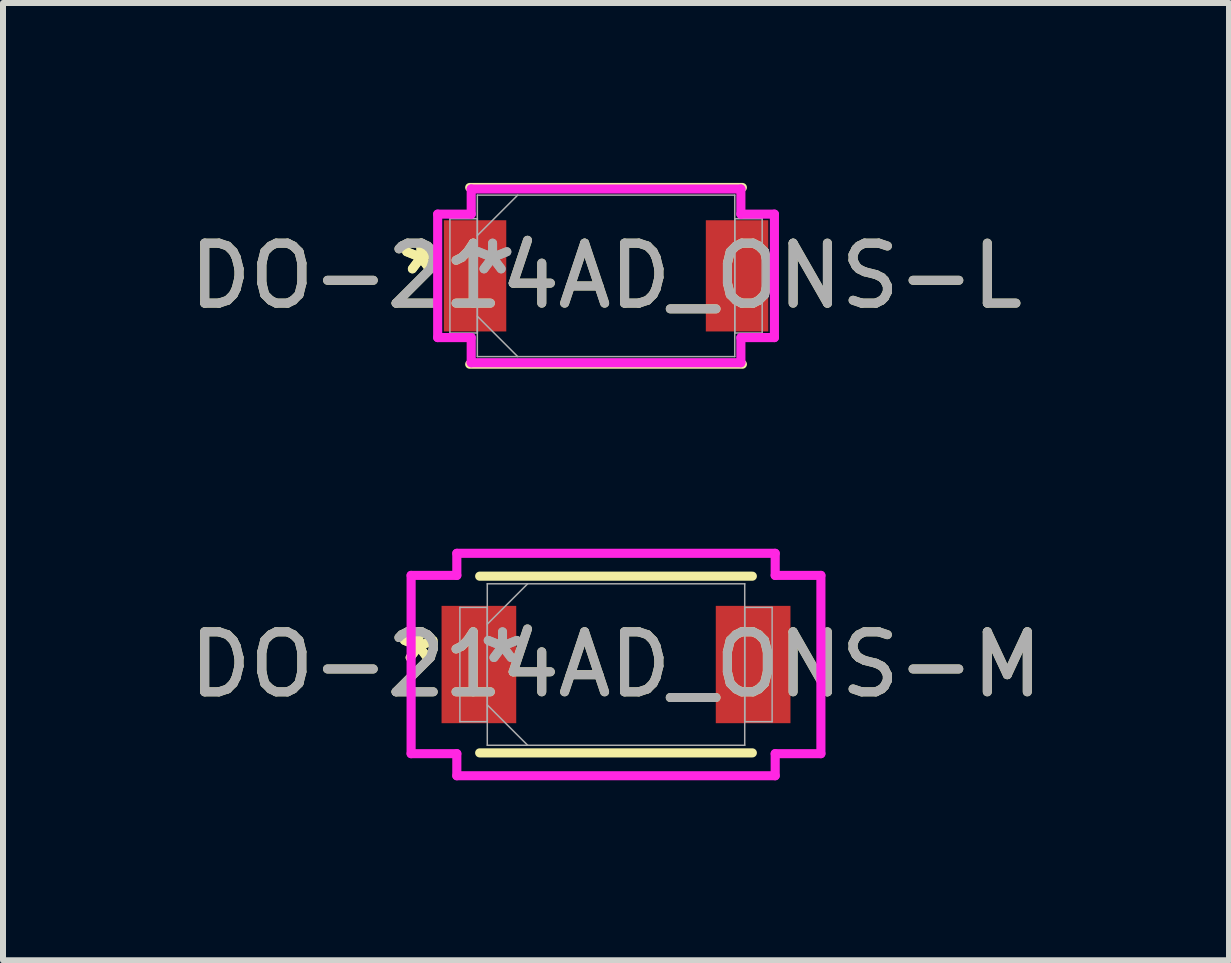
<source format=kicad_pcb>
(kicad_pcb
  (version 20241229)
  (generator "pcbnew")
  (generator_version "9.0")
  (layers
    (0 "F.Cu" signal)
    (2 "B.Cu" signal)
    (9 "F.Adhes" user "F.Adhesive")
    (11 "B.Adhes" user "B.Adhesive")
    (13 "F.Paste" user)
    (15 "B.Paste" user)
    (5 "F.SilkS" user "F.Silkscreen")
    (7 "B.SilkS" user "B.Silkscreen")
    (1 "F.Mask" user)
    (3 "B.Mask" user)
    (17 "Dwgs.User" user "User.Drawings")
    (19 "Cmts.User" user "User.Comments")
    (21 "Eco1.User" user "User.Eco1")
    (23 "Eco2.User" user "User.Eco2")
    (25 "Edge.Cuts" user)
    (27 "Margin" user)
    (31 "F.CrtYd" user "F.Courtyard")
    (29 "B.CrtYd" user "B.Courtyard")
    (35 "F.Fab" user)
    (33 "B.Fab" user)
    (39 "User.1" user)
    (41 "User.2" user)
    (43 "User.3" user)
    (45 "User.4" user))
  (footprint "DO-214AD_ONS-M"
    (layer "F.Cu")
    (at 7.22 8.029)
    (property "Reference" "DO-214AD_ONS-M" (at 0 0 0) (unlocked yes) (layer "F.SilkS") (effects (font (size 1 1) (thickness 0.15))))
    (attr smd)
    (fp_line (start -2.273 1.473) (end 2.273 1.473) (stroke (width 0.152) (type solid)) (layer "F.SilkS"))
    (fp_line (start 2.273 -1.473) (end -2.273 -1.473) (stroke (width 0.152) (type solid)) (layer "F.SilkS"))
    (fp_line (start -3.416 -1.486) (end -2.654 -1.486) (stroke (width 0.152) (type solid)) (layer "F.CrtYd"))
    (fp_line (start -3.416 1.486) (end -3.416 -1.486) (stroke (width 0.152) (type solid)) (layer "F.CrtYd"))
    (fp_line (start -2.654 -1.854) (end 2.654 -1.854) (stroke (width 0.152) (type solid)) (layer "F.CrtYd"))
    (fp_line (start -2.654 -1.486) (end -2.654 -1.854) (stroke (width 0.152) (type solid)) (layer "F.CrtYd"))
    (fp_line (start -2.654 1.486) (end -3.416 1.486) (stroke (width 0.152) (type solid)) (layer "F.CrtYd"))
    (fp_line (start -2.654 1.854) (end -2.654 1.486) (stroke (width 0.152) (type solid)) (layer "F.CrtYd"))
    (fp_line (start 2.654 -1.854) (end 2.654 -1.486) (stroke (width 0.152) (type solid)) (layer "F.CrtYd"))
    (fp_line (start 2.654 -1.486) (end 3.416 -1.486) (stroke (width 0.152) (type solid)) (layer "F.CrtYd"))
    (fp_line (start 2.654 1.486) (end 2.654 1.854) (stroke (width 0.152) (type solid)) (layer "F.CrtYd"))
    (fp_line (start 2.654 1.854) (end -2.654 1.854) (stroke (width 0.152) (type solid)) (layer "F.CrtYd"))
    (fp_line (start 3.416 -1.486) (end 3.416 1.486) (stroke (width 0.152) (type solid)) (layer "F.CrtYd"))
    (fp_line (start 3.416 1.486) (end 2.654 1.486) (stroke (width 0.152) (type solid)) (layer "F.CrtYd"))
    (fp_line (start -2.603 -0.953) (end -2.603 0.953) (stroke (width 0.025) (type solid)) (layer "F.Fab"))
    (fp_line (start -2.603 0.953) (end -2.146 0.953) (stroke (width 0.025) (type solid)) (layer "F.Fab"))
    (fp_line (start -2.146 -1.346) (end -2.146 1.346) (stroke (width 0.025) (type solid)) (layer "F.Fab"))
    (fp_line (start -2.146 -0.953) (end -2.603 -0.953) (stroke (width 0.025) (type solid)) (layer "F.Fab"))
    (fp_line (start -2.146 -0.673) (end -1.473 -1.346) (stroke (width 0.025) (type solid)) (layer "F.Fab"))
    (fp_line (start -2.146 0.673) (end -1.473 1.346) (stroke (width 0.025) (type solid)) (layer "F.Fab"))
    (fp_line (start -2.146 0.953) (end -2.146 -0.953) (stroke (width 0.025) (type solid)) (layer "F.Fab"))
    (fp_line (start -2.146 1.346) (end 2.146 1.346) (stroke (width 0.025) (type solid)) (layer "F.Fab"))
    (fp_line (start 2.146 -1.346) (end -2.146 -1.346) (stroke (width 0.025) (type solid)) (layer "F.Fab"))
    (fp_line (start 2.146 -0.953) (end 2.146 0.953) (stroke (width 0.025) (type solid)) (layer "F.Fab"))
    (fp_line (start 2.146 0.953) (end 2.603 0.953) (stroke (width 0.025) (type solid)) (layer "F.Fab"))
    (fp_line (start 2.146 1.346) (end 2.146 -1.346) (stroke (width 0.025) (type solid)) (layer "F.Fab"))
    (fp_line (start 2.603 -0.953) (end 2.146 -0.953) (stroke (width 0.025) (type solid)) (layer "F.Fab"))
    (fp_line (start 2.603 0.953) (end 2.603 -0.953) (stroke (width 0.025) (type solid)) (layer "F.Fab"))
    (fp_text user "*" (at -3.289 0 0) (layer "F.SilkS") (effects (font (size 1 1) (thickness 0.15))))
    (fp_text user "*" (at -3.289 0 0) (unlocked yes) (layer "F.SilkS") (effects (font (size 1 1) (thickness 0.15))))
    (fp_text user "${REFERENCE}" (at 0 0 0) (unlocked yes) (layer "F.Fab") (effects (font (size 1 1) (thickness 0.15))))
    (fp_text user "*" (at -1.892 0 0) (layer "F.Fab") (effects (font (size 1 1) (thickness 0.15))))
    (fp_text user "*" (at -1.892 0 0) (unlocked yes) (layer "F.Fab") (effects (font (size 1 1) (thickness 0.15))))
    (pad "1" smd rect (at -2.286 0) (size 1.245 1.956) (layers "F.Cu" "F.Mask" "F.Paste"))
    (pad "2" smd rect (at 2.286 0) (size 1.245 1.956) (layers "F.Cu" "F.Mask" "F.Paste"))
    (zone (net_name "") (layer "F.Cu") (hatch full 0.508) (connect_pads) (min_thickness 0.254) (filled_areas_thickness no) (keepout (tracks not_allowed) (vias not_allowed) (pads allowed) (copperpour not_allowed) (footprints allowed)) (placement (enabled no)) (fill) (polygon (pts (xy 5.607 6.734) (xy 8.833 6.734) (xy 8.833 9.325) (xy 5.607 9.325)))))
  (footprint "DO-214AD_ONS-L"
    (layer "F.Cu")
    (at 7.054 1.549)
    (property "Reference" "DO-214AD_ONS-L" (at 0 0 0) (unlocked yes) (layer "F.SilkS") (effects (font (size 1 1) (thickness 0.15))))
    (attr smd)
    (fp_line (start -2.273 1.473) (end 2.273 1.473) (stroke (width 0.152) (type solid)) (layer "F.SilkS"))
    (fp_line (start 2.273 -1.473) (end -2.273 -1.473) (stroke (width 0.152) (type solid)) (layer "F.SilkS"))
    (fp_line (start -2.807 -1.029) (end -2.248 -1.029) (stroke (width 0.152) (type solid)) (layer "F.CrtYd"))
    (fp_line (start -2.807 1.029) (end -2.807 -1.029) (stroke (width 0.152) (type solid)) (layer "F.CrtYd"))
    (fp_line (start -2.248 -1.448) (end 2.248 -1.448) (stroke (width 0.152) (type solid)) (layer "F.CrtYd"))
    (fp_line (start -2.248 -1.029) (end -2.248 -1.448) (stroke (width 0.152) (type solid)) (layer "F.CrtYd"))
    (fp_line (start -2.248 1.029) (end -2.807 1.029) (stroke (width 0.152) (type solid)) (layer "F.CrtYd"))
    (fp_line (start -2.248 1.448) (end -2.248 1.029) (stroke (width 0.152) (type solid)) (layer "F.CrtYd"))
    (fp_line (start 2.248 -1.448) (end 2.248 -1.029) (stroke (width 0.152) (type solid)) (layer "F.CrtYd"))
    (fp_line (start 2.248 -1.029) (end 2.807 -1.029) (stroke (width 0.152) (type solid)) (layer "F.CrtYd"))
    (fp_line (start 2.248 1.029) (end 2.248 1.448) (stroke (width 0.152) (type solid)) (layer "F.CrtYd"))
    (fp_line (start 2.248 1.448) (end -2.248 1.448) (stroke (width 0.152) (type solid)) (layer "F.CrtYd"))
    (fp_line (start 2.807 -1.029) (end 2.807 1.029) (stroke (width 0.152) (type solid)) (layer "F.CrtYd"))
    (fp_line (start 2.807 1.029) (end 2.248 1.029) (stroke (width 0.152) (type solid)) (layer "F.CrtYd"))
    (fp_line (start -2.603 -0.953) (end -2.603 0.953) (stroke (width 0.025) (type solid)) (layer "F.Fab"))
    (fp_line (start -2.603 0.953) (end -2.146 0.953) (stroke (width 0.025) (type solid)) (layer "F.Fab"))
    (fp_line (start -2.146 -1.346) (end -2.146 1.346) (stroke (width 0.025) (type solid)) (layer "F.Fab"))
    (fp_line (start -2.146 -0.953) (end -2.603 -0.953) (stroke (width 0.025) (type solid)) (layer "F.Fab"))
    (fp_line (start -2.146 -0.673) (end -1.473 -1.346) (stroke (width 0.025) (type solid)) (layer "F.Fab"))
    (fp_line (start -2.146 0.673) (end -1.473 1.346) (stroke (width 0.025) (type solid)) (layer "F.Fab"))
    (fp_line (start -2.146 0.953) (end -2.146 -0.953) (stroke (width 0.025) (type solid)) (layer "F.Fab"))
    (fp_line (start -2.146 1.346) (end 2.146 1.346) (stroke (width 0.025) (type solid)) (layer "F.Fab"))
    (fp_line (start 2.146 -1.346) (end -2.146 -1.346) (stroke (width 0.025) (type solid)) (layer "F.Fab"))
    (fp_line (start 2.146 -0.953) (end 2.146 0.953) (stroke (width 0.025) (type solid)) (layer "F.Fab"))
    (fp_line (start 2.146 0.953) (end 2.603 0.953) (stroke (width 0.025) (type solid)) (layer "F.Fab"))
    (fp_line (start 2.146 1.346) (end 2.146 -1.346) (stroke (width 0.025) (type solid)) (layer "F.Fab"))
    (fp_line (start 2.603 -0.953) (end 2.146 -0.953) (stroke (width 0.025) (type solid)) (layer "F.Fab"))
    (fp_line (start 2.603 0.953) (end 2.603 -0.953) (stroke (width 0.025) (type solid)) (layer "F.Fab"))
    (fp_text user "*" (at -3.086 0 0) (layer "F.SilkS") (effects (font (size 1 1) (thickness 0.15))))
    (fp_text user "*" (at -3.086 0 0) (unlocked yes) (layer "F.SilkS") (effects (font (size 1 1) (thickness 0.15))))
    (fp_text user "*" (at -1.892 0 0) (unlocked yes) (layer "F.Fab") (effects (font (size 1 1) (thickness 0.15))))
    (fp_text user "*" (at -1.892 0 0) (layer "F.Fab") (effects (font (size 1 1) (thickness 0.15))))
    (fp_text user "${REFERENCE}" (at 0 0 0) (unlocked yes) (layer "F.Fab") (effects (font (size 1 1) (thickness 0.15))))
    (pad "1" smd rect (at -2.184 0) (size 1.041 1.854) (layers "F.Cu" "F.Mask" "F.Paste"))
    (pad "2" smd rect (at 2.184 0) (size 1.041 1.854) (layers "F.Cu" "F.Mask" "F.Paste"))
    (zone (net_name "") (layer "F.Cu") (hatch full 0.508) (connect_pads) (min_thickness 0.254) (filled_areas_thickness no) (keepout (tracks not_allowed) (vias not_allowed) (pads allowed) (copperpour not_allowed) (footprints allowed)) (placement (enabled no)) (fill) (polygon (pts (xy 5.441 0.254) (xy 8.666 0.254) (xy 8.666 2.845) (xy 5.441 2.845)))))
  (gr_rect
    (start -3 -3)
    (end 17.44 12.96)
    (stroke (width 0.1) (type default))
    (fill no)
    (layer "Edge.Cuts")))
</source>
